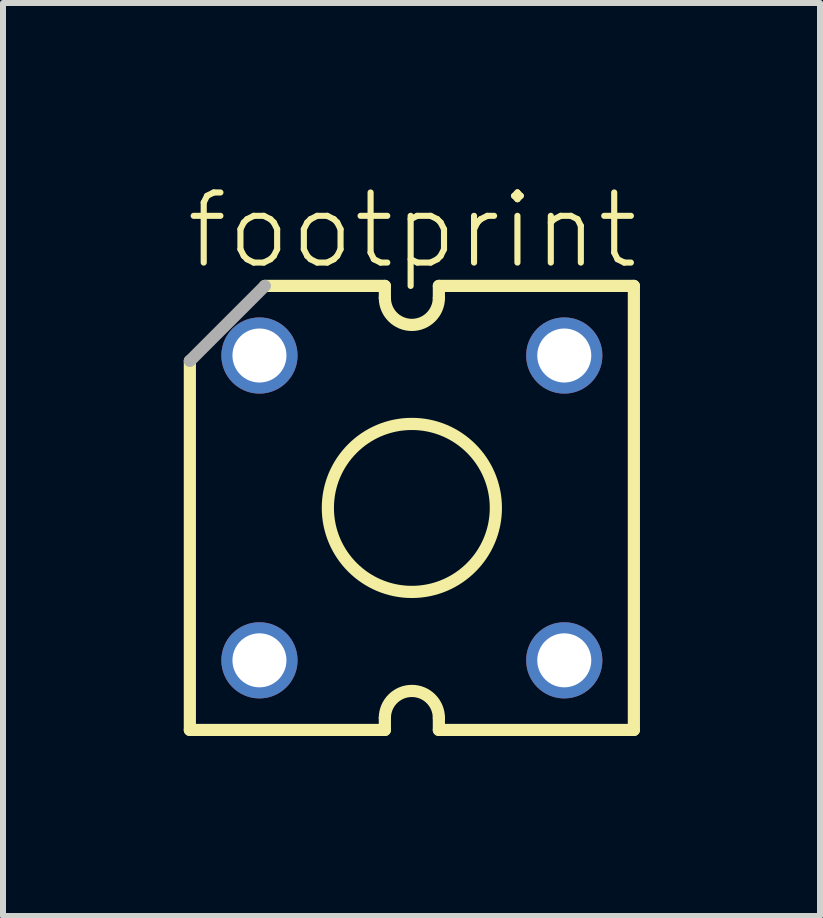
<source format=kicad_pcb>
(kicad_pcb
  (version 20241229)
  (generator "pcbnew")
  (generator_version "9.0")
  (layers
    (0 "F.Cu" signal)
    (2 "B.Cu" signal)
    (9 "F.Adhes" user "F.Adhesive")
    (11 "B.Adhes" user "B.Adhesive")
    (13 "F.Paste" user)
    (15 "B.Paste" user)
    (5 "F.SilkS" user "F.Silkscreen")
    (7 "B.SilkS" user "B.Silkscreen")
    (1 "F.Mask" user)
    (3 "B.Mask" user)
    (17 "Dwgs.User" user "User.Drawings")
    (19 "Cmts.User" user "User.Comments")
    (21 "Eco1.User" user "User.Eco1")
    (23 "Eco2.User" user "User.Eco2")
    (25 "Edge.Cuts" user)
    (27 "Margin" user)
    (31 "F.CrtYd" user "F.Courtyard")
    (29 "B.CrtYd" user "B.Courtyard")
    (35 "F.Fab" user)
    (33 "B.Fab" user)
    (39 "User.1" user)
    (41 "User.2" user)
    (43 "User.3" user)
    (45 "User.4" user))
  (footprint "footprint"
    (layer "F.Cu")
    (at 3.814 5.415)
    (property "Reference" "footprint" (at -3.814 -3.941 0) (layer "F.SilkS") (effects (font (size 1.168 1.168) (thickness 0.102)) (justify left bottom)))
    (fp_line (start -3.7 -2.45) (end -3.7 3.7) (stroke (width 0.203) (type solid)) (layer "F.SilkS"))
    (fp_line (start -3.7 3.7) (end -0.45 3.7) (stroke (width 0.203) (type solid)) (layer "F.SilkS"))
    (fp_line (start -0.45 -3.7) (end -2.45 -3.7) (stroke (width 0.203) (type solid)) (layer "F.SilkS"))
    (fp_line (start -0.45 -3.5) (end -0.45 -3.7) (stroke (width 0.203) (type solid)) (layer "F.SilkS"))
    (fp_line (start -0.45 3.5) (end -0.45 3.7) (stroke (width 0.203) (type solid)) (layer "F.SilkS"))
    (fp_line (start 0.45 -3.5) (end 0.45 -3.7) (stroke (width 0.203) (type solid)) (layer "F.SilkS"))
    (fp_line (start 0.45 3.5) (end 0.45 3.7) (stroke (width 0.203) (type solid)) (layer "F.SilkS"))
    (fp_line (start 0.45 3.7) (end 3.7 3.7) (stroke (width 0.203) (type solid)) (layer "F.SilkS"))
    (fp_line (start 3.7 -3.7) (end 0.45 -3.7) (stroke (width 0.203) (type solid)) (layer "F.SilkS"))
    (fp_line (start 3.7 3.7) (end 3.7 -3.7) (stroke (width 0.203) (type solid)) (layer "F.SilkS"))
    (fp_arc (start -0.45 3.5) (mid 0 3.05) (end 0.45 3.5) (stroke (width 0.2032) (type solid)) (layer "F.SilkS"))
    (fp_arc (start 0.45 -3.5) (mid 0 -3.05) (end -0.45 -3.5) (stroke (width 0.2032) (type solid)) (layer "F.SilkS"))
    (fp_circle (center 0 0) (end 1.4 0) (stroke (width 0.203) (type solid)) (fill no) (layer "F.SilkS"))
    (fp_line (start -2.45 -3.7) (end -3.7 -2.45) (stroke (width 0.203) (type solid)) (layer "F.Fab"))
    (pad "1" thru_hole circle (at -2.54 -2.54) (size 1.27 1.27) (drill 0.9) (layers "*.Cu" "*.Mask"))
    (pad "2" thru_hole circle (at -2.54 2.54) (size 1.27 1.27) (drill 0.9) (layers "*.Cu" "*.Mask"))
    (pad "3" thru_hole circle (at 2.54 2.54) (size 1.27 1.27) (drill 0.9) (layers "*.Cu" "*.Mask"))
    (pad "4" thru_hole circle (at 2.54 -2.54) (size 1.27 1.27) (drill 0.9) (layers "*.Cu" "*.Mask")))
  (gr_rect
    (start -3 -3)
    (end 10.616 12.216)
    (stroke (width 0.1) (type default))
    (fill no)
    (layer "Edge.Cuts")))
</source>
